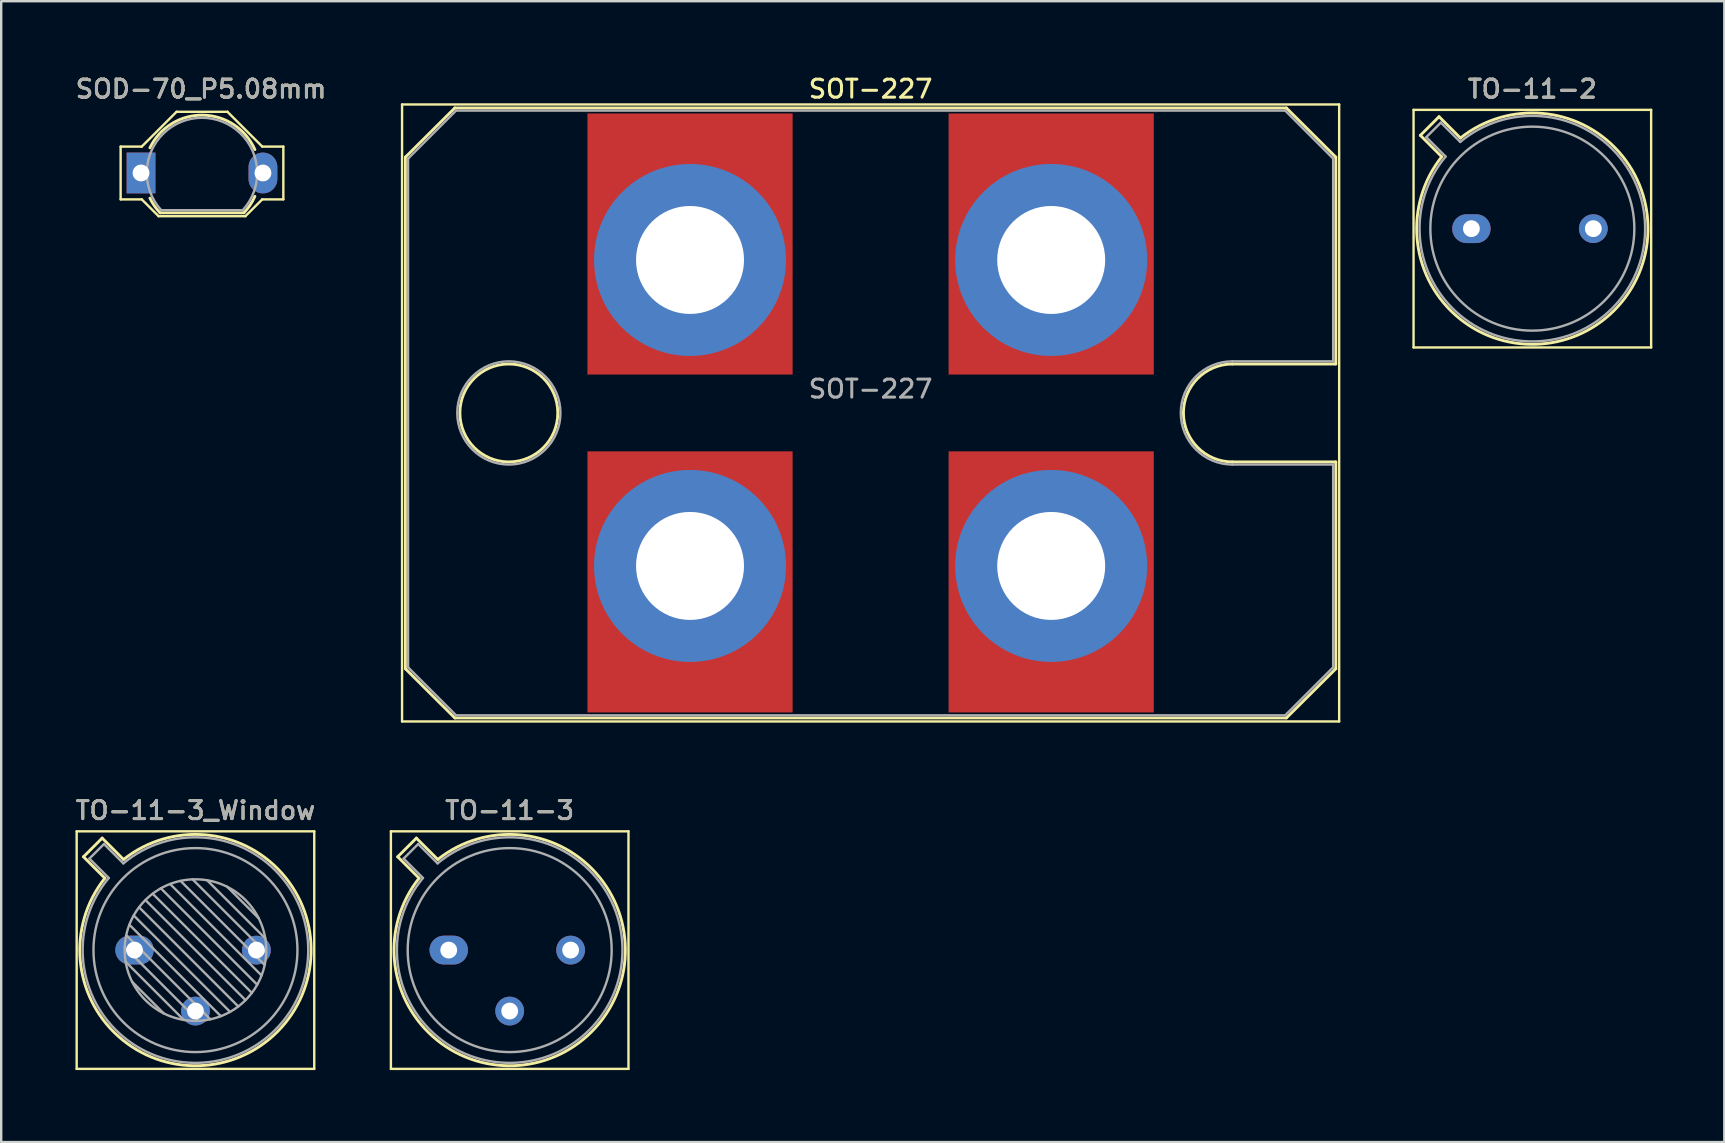
<source format=kicad_pcb>
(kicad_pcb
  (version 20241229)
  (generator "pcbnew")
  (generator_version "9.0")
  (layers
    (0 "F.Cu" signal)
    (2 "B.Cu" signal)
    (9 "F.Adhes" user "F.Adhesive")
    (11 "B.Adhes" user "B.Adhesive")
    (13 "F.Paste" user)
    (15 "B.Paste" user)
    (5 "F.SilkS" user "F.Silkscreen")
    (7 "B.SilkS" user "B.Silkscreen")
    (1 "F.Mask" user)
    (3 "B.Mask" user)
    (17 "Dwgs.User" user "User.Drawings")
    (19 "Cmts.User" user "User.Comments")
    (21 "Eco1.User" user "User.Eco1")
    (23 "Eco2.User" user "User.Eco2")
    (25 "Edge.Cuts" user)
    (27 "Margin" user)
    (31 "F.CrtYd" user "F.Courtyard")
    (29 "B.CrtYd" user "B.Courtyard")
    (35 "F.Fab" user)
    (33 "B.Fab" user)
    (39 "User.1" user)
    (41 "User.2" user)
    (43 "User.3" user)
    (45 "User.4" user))
  (footprint "TO-11-3"
    (layer "F.Cu")
    (at 15.649 36.541)
    (property "Reference" "TO-11-3" (at 2.54 -5.82 0) (layer "F.SilkS") (effects (font (size 0.75 0.75) (thickness 0.125))))
    (attr through_hole)
    (fp_line (start -2.41 -4.95) (end -2.41 4.95) (stroke (width 0.1) (type solid)) (layer "F.SilkS"))
    (fp_line (start -2.41 4.95) (end 7.49 4.95) (stroke (width 0.1) (type solid)) (layer "F.SilkS"))
    (fp_line (start -2.126 -3.888) (end -1.235 -2.997) (stroke (width 0.12) (type solid)) (layer "F.SilkS"))
    (fp_line (start -1.348 -4.666) (end -2.126 -3.888) (stroke (width 0.12) (type solid)) (layer "F.SilkS"))
    (fp_line (start -0.457 -3.775) (end -1.348 -4.666) (stroke (width 0.12) (type solid)) (layer "F.SilkS"))
    (fp_line (start 7.49 -4.95) (end -2.41 -4.95) (stroke (width 0.1) (type solid)) (layer "F.SilkS"))
    (fp_line (start 7.49 4.95) (end 7.49 -4.95) (stroke (width 0.1) (type solid)) (layer "F.SilkS"))
    (fp_arc (start -0.457084 -3.774902) (mid 5.948255 3.408255) (end -1.234902 -2.997084) (stroke (width 0.12) (type solid)) (layer "F.SilkS"))
    (fp_line (start -1.88 -3.812) (end -1.074 -3.005) (stroke (width 0.1) (type solid)) (layer "F.Fab"))
    (fp_line (start -1.272 -4.42) (end -1.88 -3.812) (stroke (width 0.1) (type solid)) (layer "F.Fab"))
    (fp_line (start -0.465 -3.614) (end -1.272 -4.42) (stroke (width 0.1) (type solid)) (layer "F.Fab"))
    (fp_arc (start -0.465408 -3.61352) (mid 5.863402 3.323402) (end -1.07352 -3.005408) (stroke (width 0.1) (type solid)) (layer "F.Fab"))
    (fp_circle (center 2.54 0) (end 6.79 0) (stroke (width 0.1) (type solid)) (fill no) (layer "F.Fab"))
    (fp_text user "${REFERENCE}" (at 2.54 -5.82 0) (layer "F.Fab") (effects (font (size 0.75 0.75) (thickness 0.125))))
    (pad "1" thru_hole oval (at 0 0) (size 1.6 1.2) (drill 0.7) (layers "*.Cu" "*.Mask"))
    (pad "2" thru_hole circle (at 2.54 2.54) (size 1.2 1.2) (drill 0.7) (layers "*.Cu" "*.Mask"))
    (pad "3" thru_hole circle (at 5.08 0) (size 1.2 1.2) (drill 0.7) (layers "*.Cu" "*.Mask")))
  (footprint "SOT-227"
    (layer "F.Cu")
    (at 25.704 7.783)
    (property "Reference" "SOT-227" (at 7.525 -7.125 0) (layer "F.SilkS") (effects (font (size 0.75 0.75) (thickness 0.125))))
    (attr through_hole)
    (fp_line (start -12 -6.48) (end -12 19.23) (stroke (width 0.1) (type solid)) (layer "F.SilkS"))
    (fp_line (start -12 -6.48) (end 27.05 -6.48) (stroke (width 0.1) (type solid)) (layer "F.SilkS"))
    (fp_line (start -12 19.23) (end 27.05 19.23) (stroke (width 0.1) (type solid)) (layer "F.SilkS"))
    (fp_line (start -11.86 -4.285) (end -11.86 17.035) (stroke (width 0.12) (type solid)) (layer "F.SilkS"))
    (fp_line (start -11.86 -4.285) (end -9.8 -6.335) (stroke (width 0.12) (type solid)) (layer "F.SilkS"))
    (fp_line (start -11.86 17.035) (end -9.8 19.085) (stroke (width 0.12) (type solid)) (layer "F.SilkS"))
    (fp_line (start -9.8 -6.335) (end 24.85 -6.335) (stroke (width 0.12) (type solid)) (layer "F.SilkS"))
    (fp_line (start -9.8 19.085) (end 24.85 19.085) (stroke (width 0.12) (type solid)) (layer "F.SilkS"))
    (fp_line (start 22.6 4.335) (end 26.91 4.335) (stroke (width 0.12) (type solid)) (layer "F.SilkS"))
    (fp_line (start 22.6 8.415) (end 26.91 8.415) (stroke (width 0.12) (type solid)) (layer "F.SilkS"))
    (fp_line (start 26.91 -4.285) (end 24.85 -6.335) (stroke (width 0.12) (type solid)) (layer "F.SilkS"))
    (fp_line (start 26.91 -4.285) (end 26.91 4.335) (stroke (width 0.12) (type solid)) (layer "F.SilkS"))
    (fp_line (start 26.91 17.035) (end 24.85 19.085) (stroke (width 0.12) (type solid)) (layer "F.SilkS"))
    (fp_line (start 26.91 17.035) (end 26.91 8.415) (stroke (width 0.12) (type solid)) (layer "F.SilkS"))
    (fp_line (start 27.05 -6.48) (end 27.05 19.23) (stroke (width 0.1) (type solid)) (layer "F.SilkS"))
    (fp_arc (start 22.6 8.415) (mid 20.56 6.375) (end 22.6 4.335) (stroke (width 0.12) (type solid)) (layer "F.SilkS"))
    (fp_circle (center -7.55 6.375) (end -5.51 6.375) (stroke (width 0.12) (type solid)) (fill no) (layer "F.SilkS"))
    (fp_line (start -11.75 -4.225) (end -9.75 -6.225) (stroke (width 0.1) (type solid)) (layer "F.Fab"))
    (fp_line (start -11.75 16.975) (end -11.75 -4.225) (stroke (width 0.1) (type solid)) (layer "F.Fab"))
    (fp_line (start -11.75 16.975) (end -9.75 18.975) (stroke (width 0.1) (type solid)) (layer "F.Fab"))
    (fp_line (start -9.75 -6.225) (end 24.8 -6.225) (stroke (width 0.1) (type solid)) (layer "F.Fab"))
    (fp_line (start 22.6 4.225) (end 26.8 4.225) (stroke (width 0.1) (type solid)) (layer "F.Fab"))
    (fp_line (start 22.6 8.525) (end 26.8 8.525) (stroke (width 0.1) (type solid)) (layer "F.Fab"))
    (fp_line (start 24.8 18.975) (end -9.75 18.975) (stroke (width 0.1) (type solid)) (layer "F.Fab"))
    (fp_line (start 26.8 -4.225) (end 24.8 -6.225) (stroke (width 0.1) (type solid)) (layer "F.Fab"))
    (fp_line (start 26.8 -4.225) (end 26.8 4.225) (stroke (width 0.1) (type solid)) (layer "F.Fab"))
    (fp_line (start 26.8 8.525) (end 26.8 16.975) (stroke (width 0.1) (type solid)) (layer "F.Fab"))
    (fp_line (start 26.8 16.975) (end 24.8 18.975) (stroke (width 0.1) (type solid)) (layer "F.Fab"))
    (fp_arc (start 22.6 8.525) (mid 20.45 6.375) (end 22.6 4.225) (stroke (width 0.1) (type solid)) (layer "F.Fab"))
    (fp_circle (center -7.55 6.375) (end -5.4 6.375) (stroke (width 0.1) (type solid)) (fill no) (layer "F.Fab"))
    (fp_text user "${REFERENCE}" (at 7.525 5.375 0) (layer "F.Fab") (effects (font (size 0.75 0.75) (thickness 0.125))))
    (pad "1" smd rect (at 0 -0.665) (size 8.55 10.88) (layers "F.Cu" "F.Mask"))
    (pad "1" thru_hole circle (at 0 0) (size 8 8) (drill 4.5) (layers "*.Cu" "*.Mask"))
    (pad "2" smd rect (at 15.05 -0.665) (size 8.55 10.88) (layers "F.Cu" "F.Mask"))
    (pad "2" thru_hole circle (at 15.05 0) (size 8 8) (drill 4.5) (layers "*.Cu" "*.Mask"))
    (pad "3" thru_hole circle (at 15.05 12.75) (size 8 8) (drill 4.5) (layers "*.Cu" "*.Mask"))
    (pad "3" smd rect (at 15.05 13.415) (size 8.55 10.88) (layers "F.Cu" "F.Mask"))
    (pad "4" thru_hole circle (at 0 12.75) (size 8 8) (drill 4.5) (layers "*.Cu" "*.Mask"))
    (pad "4" smd rect (at 0 13.415) (size 8.55 10.88) (layers "F.Cu" "F.Mask")))
  (footprint "SOD-70_P5.08mm"
    (layer "F.Cu")
    (at 2.827 4.158)
    (property "Reference" "SOD-70_P5.08mm" (at 2.5 -3.5 0) (layer "F.SilkS") (effects (font (size 0.75 0.75) (thickness 0.125))))
    (attr through_hole)
    (fp_line (start -0.85 -1.1) (end -0.85 1.1) (stroke (width 0.1) (type solid)) (layer "F.SilkS"))
    (fp_line (start -0.85 1.1) (end 0.03 1.1) (stroke (width 0.1) (type solid)) (layer "F.SilkS"))
    (fp_line (start 0.03 -1.1) (end -0.85 -1.1) (stroke (width 0.1) (type solid)) (layer "F.SilkS"))
    (fp_line (start 0.03 1.1) (end 0.73 1.8) (stroke (width 0.1) (type solid)) (layer "F.SilkS"))
    (fp_line (start 1.48 -2.55) (end 0.03 -1.1) (stroke (width 0.1) (type solid)) (layer "F.SilkS"))
    (fp_line (start 1.48 -2.55) (end 3.6 -2.55) (stroke (width 0.1) (type solid)) (layer "F.SilkS"))
    (fp_line (start 3.6 -2.55) (end 5.05 -1.1) (stroke (width 0.1) (type solid)) (layer "F.SilkS"))
    (fp_line (start 4.287 1.66) (end 0.793 1.66) (stroke (width 0.12) (type solid)) (layer "F.SilkS"))
    (fp_line (start 4.35 1.8) (end 0.73 1.8) (stroke (width 0.1) (type solid)) (layer "F.SilkS"))
    (fp_line (start 5.05 -1.1) (end 5.93 -1.1) (stroke (width 0.1) (type solid)) (layer "F.SilkS"))
    (fp_line (start 5.05 1.1) (end 4.35 1.8) (stroke (width 0.1) (type solid)) (layer "F.SilkS"))
    (fp_line (start 5.93 -1.1) (end 5.93 1.1) (stroke (width 0.1) (type solid)) (layer "F.SilkS"))
    (fp_line (start 5.93 1.1) (end 5.05 1.1) (stroke (width 0.1) (type solid)) (layer "F.SilkS"))
    (fp_arc (start 0.37076 -1.05) (mid 2.5811 -2.40965) (end 4.743786 -0.975412) (stroke (width 0.12) (type solid)) (layer "F.SilkS"))
    (fp_arc (start 0.79286 1.66) (mid 0.5582 1.371338) (end 0.370761 1.05) (stroke (width 0.12) (type solid)) (layer "F.SilkS"))
    (fp_arc (start 4.743786 0.975412) (mid 4.544899 1.337341) (end 4.287141 1.66) (stroke (width 0.12) (type solid)) (layer "F.SilkS"))
    (fp_line (start 4.239 1.55) (end 0.841 1.55) (stroke (width 0.1) (type solid)) (layer "F.Fab"))
    (fp_arc (start 0.840735 1.55) (mid 2.54 -2.3) (end 4.239265 1.55) (stroke (width 0.1) (type solid)) (layer "F.Fab"))
    (fp_text user "${REFERENCE}" (at 2.5 -3.5 0) (layer "F.Fab") (effects (font (size 0.75 0.75) (thickness 0.125))))
    (pad "1" thru_hole rect (at 0 0) (size 1.2 1.7) (drill 0.7) (layers "*.Cu" "*.Mask"))
    (pad "2" thru_hole oval (at 5.08 0) (size 1.2 1.7) (drill 0.7) (layers "*.Cu" "*.Mask")))
  (footprint "TO-11-3_Window"
    (layer "F.Cu")
    (at 2.555 36.541)
    (property "Reference" "TO-11-3_Window" (at 2.54 -5.82 0) (layer "F.SilkS") (effects (font (size 0.75 0.75) (thickness 0.125))))
    (attr through_hole)
    (fp_line (start -2.41 -4.95) (end -2.41 4.95) (stroke (width 0.1) (type solid)) (layer "F.SilkS"))
    (fp_line (start -2.41 4.95) (end 7.49 4.95) (stroke (width 0.1) (type solid)) (layer "F.SilkS"))
    (fp_line (start -2.126 -3.888) (end -1.235 -2.997) (stroke (width 0.12) (type solid)) (layer "F.SilkS"))
    (fp_line (start -1.348 -4.666) (end -2.126 -3.888) (stroke (width 0.12) (type solid)) (layer "F.SilkS"))
    (fp_line (start -0.457 -3.775) (end -1.348 -4.666) (stroke (width 0.12) (type solid)) (layer "F.SilkS"))
    (fp_line (start 7.49 -4.95) (end -2.41 -4.95) (stroke (width 0.1) (type solid)) (layer "F.SilkS"))
    (fp_line (start 7.49 4.95) (end 7.49 -4.95) (stroke (width 0.1) (type solid)) (layer "F.SilkS"))
    (fp_arc (start -0.457084 -3.774902) (mid 5.948255 3.408255) (end -1.234902 -2.997084) (stroke (width 0.12) (type solid)) (layer "F.SilkS"))
    (fp_line (start -1.88 -3.812) (end -1.074 -3.005) (stroke (width 0.1) (type solid)) (layer "F.Fab"))
    (fp_line (start -1.272 -4.42) (end -1.88 -3.812) (stroke (width 0.1) (type solid)) (layer "F.Fab"))
    (fp_line (start -0.465 -3.614) (end -1.272 -4.42) (stroke (width 0.1) (type solid)) (layer "F.Fab"))
    (fp_line (start -0.408 -0.12) (end 2.66 2.948) (stroke (width 0.1) (type solid)) (layer "F.Fab"))
    (fp_line (start -0.371 0.485) (end 2.055 2.911) (stroke (width 0.1) (type solid)) (layer "F.Fab"))
    (fp_line (start -0.344 -0.622) (end 3.162 2.884) (stroke (width 0.1) (type solid)) (layer "F.Fab"))
    (fp_line (start -0.215 -1.058) (end 3.598 2.755) (stroke (width 0.1) (type solid)) (layer "F.Fab"))
    (fp_line (start -0.097 1.324) (end 1.216 2.637) (stroke (width 0.1) (type solid)) (layer "F.Fab"))
    (fp_line (start -0.034 -1.443) (end 3.983 2.574) (stroke (width 0.1) (type solid)) (layer "F.Fab"))
    (fp_line (start 0.19 -1.784) (end 4.324 2.35) (stroke (width 0.1) (type solid)) (layer "F.Fab"))
    (fp_line (start 0.454 -2.086) (end 4.626 2.086) (stroke (width 0.1) (type solid)) (layer "F.Fab"))
    (fp_line (start 0.756 -2.35) (end 4.89 1.784) (stroke (width 0.1) (type solid)) (layer "F.Fab"))
    (fp_line (start 1.097 -2.574) (end 5.114 1.443) (stroke (width 0.1) (type solid)) (layer "F.Fab"))
    (fp_line (start 1.482 -2.755) (end 5.295 1.058) (stroke (width 0.1) (type solid)) (layer "F.Fab"))
    (fp_line (start 1.918 -2.884) (end 5.424 0.622) (stroke (width 0.1) (type solid)) (layer "F.Fab"))
    (fp_line (start 2.42 -2.948) (end 5.488 0.12) (stroke (width 0.1) (type solid)) (layer "F.Fab"))
    (fp_line (start 3.025 -2.911) (end 5.451 -0.485) (stroke (width 0.1) (type solid)) (layer "F.Fab"))
    (fp_line (start 3.864 -2.637) (end 5.177 -1.324) (stroke (width 0.1) (type solid)) (layer "F.Fab"))
    (fp_arc (start -0.465408 -3.61352) (mid 5.863402 3.323402) (end -1.07352 -3.005408) (stroke (width 0.1) (type solid)) (layer "F.Fab"))
    (fp_circle (center 2.54 0) (end 5.49 0) (stroke (width 0.1) (type solid)) (fill no) (layer "F.Fab"))
    (fp_circle (center 2.54 0) (end 6.79 0) (stroke (width 0.1) (type solid)) (fill no) (layer "F.Fab"))
    (fp_text user "${REFERENCE}" (at 2.54 -5.82 0) (layer "F.Fab") (effects (font (size 0.75 0.75) (thickness 0.125))))
    (pad "1" thru_hole oval (at 0 0) (size 1.6 1.2) (drill 0.7) (layers "*.Cu" "*.Mask"))
    (pad "2" thru_hole circle (at 2.54 2.54) (size 1.2 1.2) (drill 0.7) (layers "*.Cu" "*.Mask"))
    (pad "3" thru_hole circle (at 5.08 0) (size 1.2 1.2) (drill 0.7) (layers "*.Cu" "*.Mask")))
  (footprint "TO-11-2"
    (layer "F.Cu")
    (at 58.264 6.478)
    (property "Reference" "TO-11-2" (at 2.54 -5.82 0) (layer "F.SilkS") (effects (font (size 0.75 0.75) (thickness 0.125))))
    (attr through_hole)
    (fp_line (start -2.41 -4.95) (end -2.41 4.95) (stroke (width 0.1) (type solid)) (layer "F.SilkS"))
    (fp_line (start -2.41 4.95) (end 7.49 4.95) (stroke (width 0.1) (type solid)) (layer "F.SilkS"))
    (fp_line (start -2.126 -3.888) (end -1.235 -2.997) (stroke (width 0.12) (type solid)) (layer "F.SilkS"))
    (fp_line (start -1.348 -4.666) (end -2.126 -3.888) (stroke (width 0.12) (type solid)) (layer "F.SilkS"))
    (fp_line (start -0.457 -3.775) (end -1.348 -4.666) (stroke (width 0.12) (type solid)) (layer "F.SilkS"))
    (fp_line (start 7.49 -4.95) (end -2.41 -4.95) (stroke (width 0.1) (type solid)) (layer "F.SilkS"))
    (fp_line (start 7.49 4.95) (end 7.49 -4.95) (stroke (width 0.1) (type solid)) (layer "F.SilkS"))
    (fp_arc (start -0.457084 -3.774902) (mid 5.948255 3.408255) (end -1.234902 -2.997084) (stroke (width 0.12) (type solid)) (layer "F.SilkS"))
    (fp_line (start -1.88 -3.812) (end -1.074 -3.005) (stroke (width 0.1) (type solid)) (layer "F.Fab"))
    (fp_line (start -1.272 -4.42) (end -1.88 -3.812) (stroke (width 0.1) (type solid)) (layer "F.Fab"))
    (fp_line (start -0.465 -3.614) (end -1.272 -4.42) (stroke (width 0.1) (type solid)) (layer "F.Fab"))
    (fp_arc (start -0.465408 -3.61352) (mid 5.863402 3.323402) (end -1.07352 -3.005408) (stroke (width 0.1) (type solid)) (layer "F.Fab"))
    (fp_circle (center 2.54 0) (end 6.79 0) (stroke (width 0.1) (type solid)) (fill no) (layer "F.Fab"))
    (fp_text user "${REFERENCE}" (at 2.54 -5.82 0) (layer "F.Fab") (effects (font (size 0.75 0.75) (thickness 0.125))))
    (pad "1" thru_hole oval (at 0 0) (size 1.6 1.2) (drill 0.7) (layers "*.Cu" "*.Mask"))
    (pad "2" thru_hole circle (at 5.08 0) (size 1.2 1.2) (drill 0.7) (layers "*.Cu" "*.Mask")))
  (gr_rect
    (start -3 -3)
    (end 68.804 44.541)
    (stroke (width 0.1) (type default))
    (fill no)
    (layer "Edge.Cuts")))
</source>
